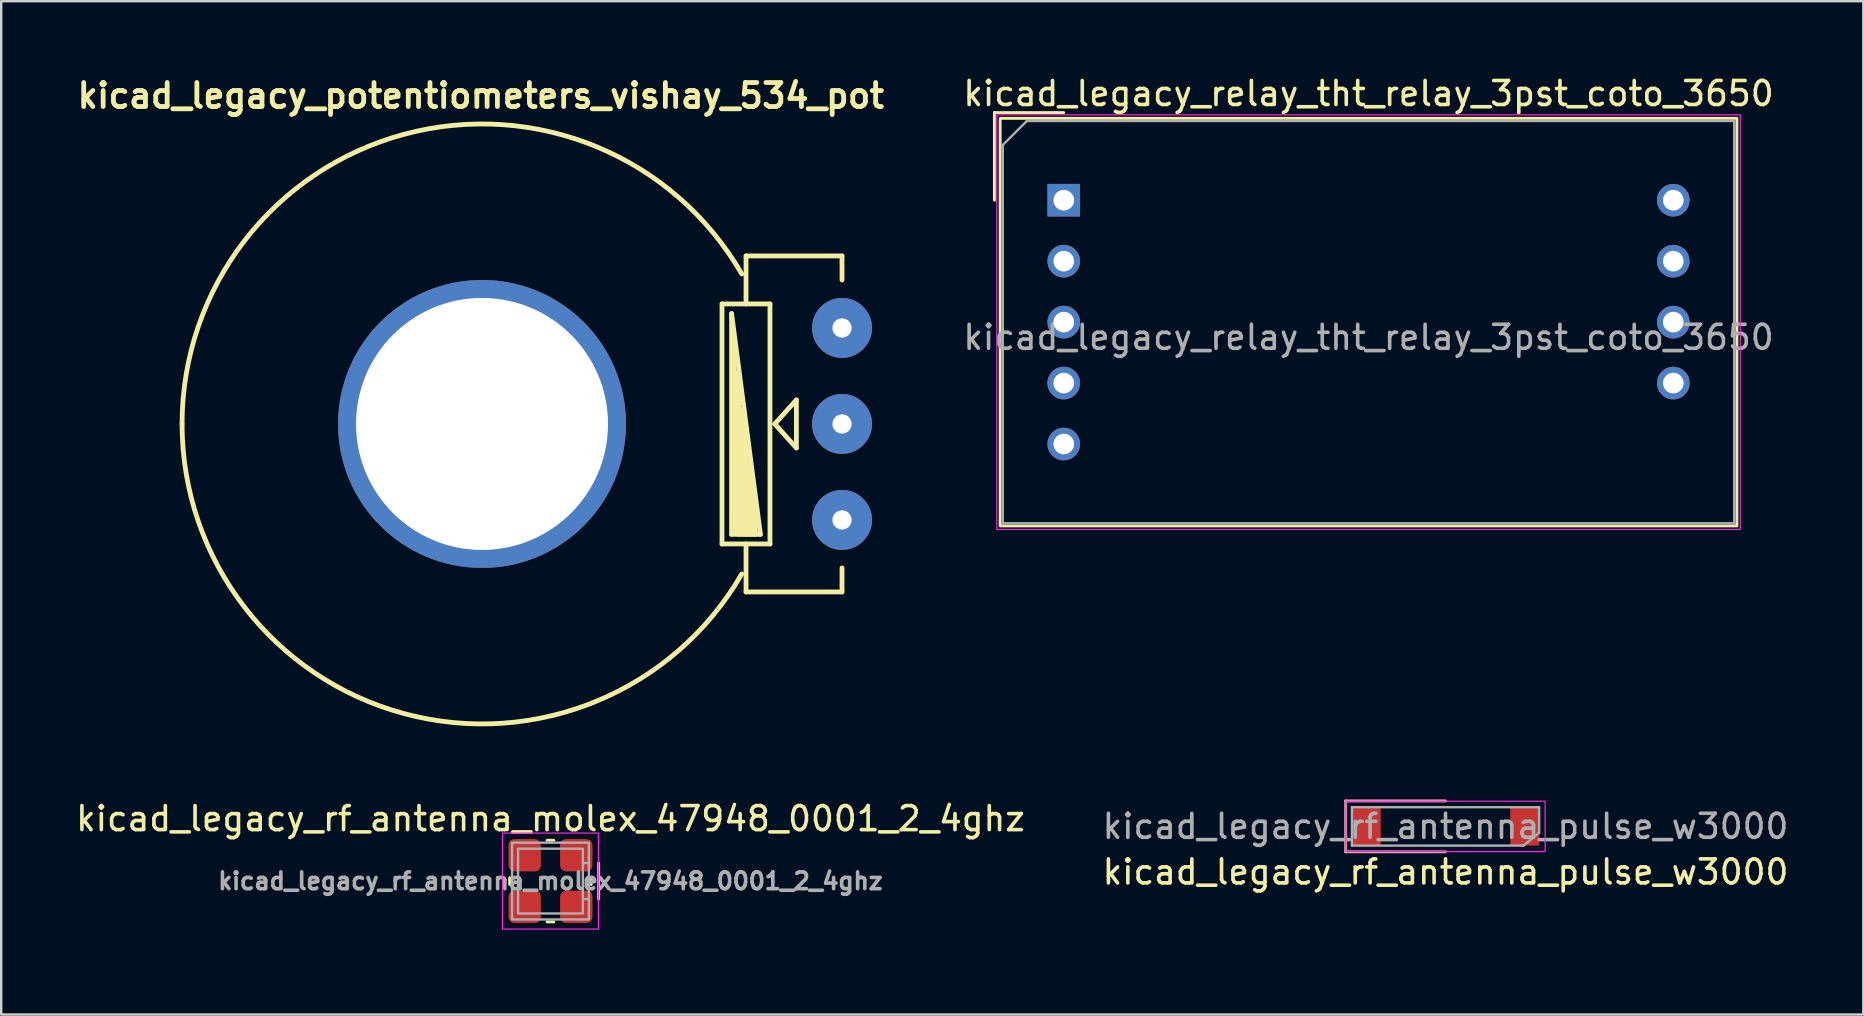
<source format=kicad_pcb>
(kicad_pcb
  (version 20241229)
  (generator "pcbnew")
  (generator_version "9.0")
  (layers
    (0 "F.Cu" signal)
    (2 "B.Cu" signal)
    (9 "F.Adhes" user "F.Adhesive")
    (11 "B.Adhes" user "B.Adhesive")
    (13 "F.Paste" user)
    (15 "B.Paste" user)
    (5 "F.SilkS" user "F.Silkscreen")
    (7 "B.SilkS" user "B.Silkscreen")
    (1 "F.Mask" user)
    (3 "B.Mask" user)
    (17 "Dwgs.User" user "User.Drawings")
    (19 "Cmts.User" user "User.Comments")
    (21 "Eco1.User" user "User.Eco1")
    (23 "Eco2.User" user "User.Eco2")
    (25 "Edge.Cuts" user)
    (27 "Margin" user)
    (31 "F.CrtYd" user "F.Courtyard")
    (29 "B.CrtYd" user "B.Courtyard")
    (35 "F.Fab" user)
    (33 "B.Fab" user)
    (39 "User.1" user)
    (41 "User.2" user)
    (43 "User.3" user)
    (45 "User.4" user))
  (footprint "kicad_legacy_rf_antenna_pulse_w3000"
    (layer "F.Cu")
    (at 57.185 31.385)
    (property "Reference" "kicad_legacy_rf_antenna_pulse_w3000" (at 0 1.9 0) (unlocked yes) (layer "F.SilkS") (effects (font (size 1 1) (thickness 0.15))))
    (attr smd)
    (fp_line (start -4.16 -1.06) (end 0 -1.06) (stroke (width 0.12) (type default)) (layer "B.SilkS"))
    (fp_line (start -4.16 1.06) (end -4.16 -1.06) (stroke (width 0.12) (type default)) (layer "B.SilkS"))
    (fp_line (start -4.16 1.06) (end 0 1.06) (stroke (width 0.12) (type default)) (layer "B.SilkS"))
    (fp_rect (start 4.15 1.05) (end -4.15 -1.05) (stroke (width 0.05) (type default)) (fill no) (layer "F.CrtYd"))
    (fp_line (start -3.9 -0.8) (end 3.9 -0.8) (stroke (width 0.1) (type default)) (layer "F.Fab"))
    (fp_line (start -3.9 0.8) (end -3.9 -0.8) (stroke (width 0.1) (type default)) (layer "F.Fab"))
    (fp_line (start 3.25 0.8) (end -3.9 0.8) (stroke (width 0.1) (type default)) (layer "F.Fab"))
    (fp_line (start 3.25 0.8) (end 3.9 0.267) (stroke (width 0.1) (type default)) (layer "F.Fab"))
    (fp_line (start 3.9 0.267) (end 3.9 -0.8) (stroke (width 0.1) (type default)) (layer "F.Fab"))
    (fp_text user "${REFERENCE}" (at 0 0 0) (layer "F.Fab") (effects (font (size 1 1) (thickness 0.15))))
    (pad "1" smd rect (at -3.3 0) (size 1.2 1.6) (layers "F.Cu" "F.Mask" "F.Paste"))
    (pad "2" smd rect (at 3.3 0) (size 1.2 1.6) (layers "F.Cu" "F.Mask" "F.Paste"))
    (zone (net_name "") (layer "F.Cu") (name "Impedance tuning area") (hatch edge 0.5) (connect_pads) (min_thickness 0.25) (filled_areas_thickness no) (keepout (tracks allowed) (vias not_allowed) (pads allowed) (copperpour allowed) (footprints allowed)) (placement (enabled no)) (fill) (polygon (pts (xy 54.235 36.215) (xy 54.235 32.335) (xy 53.495 32.335) (xy 53.495 36.215))))
    (zone (net_name "") (layer "F.Cu") (name "F.Cu GND Clearance") (hatch edge 0.5) (connect_pads) (min_thickness 0.25) (filled_areas_thickness no) (keepout (tracks not_allowed) (vias not_allowed) (pads not_allowed) (copperpour not_allowed) (footprints allowed)) (placement (enabled no)) (fill) (polygon (pts (xy 54.535 30.535) (xy 53.235 30.535) (xy 53.235 30.215) (xy 54.535 30.215))))
    (zone (net_name "") (layer "F.Cu") (name "Inductor Zone") (hatch edge 0.5) (connect_pads) (min_thickness 0.25) (filled_areas_thickness no) (keepout (tracks allowed) (vias not_allowed) (pads allowed) (copperpour allowed) (footprints allowed)) (placement (enabled no)) (fill) (polygon (pts (xy 55.554 36.215) (xy 54.585 36.215) (xy 54.585 35.525) (xy 55.554 35.525))))
    (zone (net_name "") (layer "F.Cu") (name "F.Cu GND Clearance") (hatch edge 0.5) (connect_pads) (min_thickness 0.25) (filled_areas_thickness no) (keepout (tracks not_allowed) (vias not_allowed) (pads not_allowed) (copperpour not_allowed) (footprints allowed)) (placement (enabled no)) (fill) (polygon (pts (xy 61.135 30.535) (xy 59.835 30.535) (xy 59.835 30.215) (xy 61.135 30.215))))
    (zone (net_name "") (layer "F.Cu") (name "F.Cu GND Clearance Left") (hatch edge 0.5) (connect_pads) (min_thickness 0.25) (filled_areas_thickness no) (keepout (tracks not_allowed) (vias not_allowed) (pads not_allowed) (copperpour not_allowed) (footprints allowed)) (placement (enabled no)) (fill) (polygon (pts (xy 51.705 30.215) (xy 53.235 30.215) (xy 53.235 32.235) (xy 53.445 32.235) (xy 53.445 36.215) (xy 51.705 36.215))))
    (zone (net_name "") (layer "F.Cu") (name "F.Cu GND Clearance Right") (hatch edge 0.5) (connect_pads) (min_thickness 0.25) (filled_areas_thickness no) (keepout (tracks not_allowed) (vias not_allowed) (pads not_allowed) (copperpour not_allowed) (footprints allowed)) (placement (enabled no)) (fill) (polygon (pts (xy 54.535 30.215) (xy 54.535 32.235) (xy 54.285 32.235) (xy 54.285 36.215) (xy 54.535 36.215) (xy 54.535 35.475) (xy 55.604 35.475) (xy 55.604 36.215) (xy 62.665 36.225) (xy 62.665 30.215) (xy 61.135 30.215) (xy 61.135 32.235) (xy 59.835 32.235) (xy 59.835 30.215))))
    (zone (net_name "") (layers "B.Cu" "F.CrtYd") (hatch edge 0.5) (connect_pads) (min_thickness 0.25) (filled_areas_thickness no) (keepout (tracks not_allowed) (vias not_allowed) (pads not_allowed) (copperpour not_allowed) (footprints allowed)) (placement (enabled no)) (fill) (polygon (pts (xy 62.665 36.215) (xy 51.705 36.215) (xy 51.705 30.215) (xy 52.505 30.215) (xy 53.305 30.215) (xy 62.665 30.215)))))
  (footprint "kicad_legacy_potentiometers_vishay_534_pot"
    (layer "F.Cu")
    (at 17.036 14.616)
    (property "Reference" "kicad_legacy_potentiometers_vishay_534_pot" (at -0.05 -13.68 0) (layer "F.SilkS") (effects (font (size 1 1) (thickness 0.2))))
    (attr through_hole)
    (fp_line (start 10 5.001) (end 10 -5.001) (stroke (width 0.2) (type solid)) (layer "F.SilkS"))
    (fp_line (start 10.003 -5.001) (end 12.002 -5.001) (stroke (width 0.2) (type solid)) (layer "F.SilkS"))
    (fp_line (start 10.399 -4.6) (end 10.399 4.6) (stroke (width 0.2) (type solid)) (layer "F.SilkS"))
    (fp_line (start 10.399 4.6) (end 11.6 4.6) (stroke (width 0.2) (type solid)) (layer "F.SilkS"))
    (fp_line (start 10.599 4.501) (end 10.5 -3.099) (stroke (width 0.2) (type solid)) (layer "F.SilkS"))
    (fp_line (start 10.701 4.6) (end 10.599 -2.101) (stroke (width 0.2) (type solid)) (layer "F.SilkS"))
    (fp_line (start 10.8 4.6) (end 10.701 -1.501) (stroke (width 0.2) (type solid)) (layer "F.SilkS"))
    (fp_line (start 10.899 4.6) (end 10.8 -0.599) (stroke (width 0.2) (type solid)) (layer "F.SilkS"))
    (fp_line (start 11.001 -7) (end 15.001 -7) (stroke (width 0.2) (type solid)) (layer "F.SilkS"))
    (fp_line (start 11.001 -5.001) (end 11.001 -7) (stroke (width 0.2) (type solid)) (layer "F.SilkS"))
    (fp_line (start 11.001 4.6) (end 10.899 -0.099) (stroke (width 0.2) (type solid)) (layer "F.SilkS"))
    (fp_line (start 11.001 5.001) (end 11.001 7) (stroke (width 0.2) (type solid)) (layer "F.SilkS"))
    (fp_line (start 11.001 7) (end 15.001 7) (stroke (width 0.2) (type solid)) (layer "F.SilkS"))
    (fp_line (start 11.1 4.6) (end 11.001 0.899) (stroke (width 0.2) (type solid)) (layer "F.SilkS"))
    (fp_line (start 11.199 4.6) (end 11.1 1.699) (stroke (width 0.2) (type solid)) (layer "F.SilkS"))
    (fp_line (start 11.3 4.6) (end 11.199 2.499) (stroke (width 0.2) (type solid)) (layer "F.SilkS"))
    (fp_line (start 11.4 4.6) (end 11.3 3.401) (stroke (width 0.2) (type solid)) (layer "F.SilkS"))
    (fp_line (start 11.6 4.6) (end 10.399 -4.6) (stroke (width 0.2) (type solid)) (layer "F.SilkS"))
    (fp_line (start 11.999 -5.001) (end 11.999 5.001) (stroke (width 0.2) (type solid)) (layer "F.SilkS"))
    (fp_line (start 11.999 5.001) (end 10 5.001) (stroke (width 0.2) (type solid)) (layer "F.SilkS"))
    (fp_line (start 12.2 0) (end 13.099 -1.001) (stroke (width 0.2) (type solid)) (layer "F.SilkS"))
    (fp_line (start 13.099 -1.001) (end 13.099 1.001) (stroke (width 0.2) (type solid)) (layer "F.SilkS"))
    (fp_line (start 13.099 1.001) (end 12.2 0) (stroke (width 0.2) (type solid)) (layer "F.SilkS"))
    (fp_line (start 15.001 -7) (end 15.001 -5.999) (stroke (width 0.2) (type solid)) (layer "F.SilkS"))
    (fp_line (start 15.001 7) (end 15.001 5.999) (stroke (width 0.2) (type solid)) (layer "F.SilkS"))
    (fp_arc (start -12.49934 0) (mid -3.235067 -12.073435) (end 10.824746 -6.24967) (stroke (width 0.2) (type solid)) (layer "F.SilkS"))
    (fp_arc (start 10.824746 6.24967) (mid -3.235067 12.073435) (end -12.49934 0) (stroke (width 0.2) (type solid)) (layer "F.SilkS"))
    (pad "1" thru_hole circle (at 15.001 -4) (size 2.499 2.499) (drill 0.8) (layers "*.Cu" "*.Mask"))
    (pad "2" thru_hole circle (at 15.001 0) (size 2.499 2.499) (drill 0.8) (layers "*.Cu" "*.Mask"))
    (pad "3" thru_hole circle (at 15.001 4) (size 2.499 2.499) (drill 0.8) (layers "*.Cu" "*.Mask"))
    (pad "4" thru_hole circle (at 0 0) (size 11.999 11.999) (drill 10.5) (layers "*.Cu" "*.Mask")))
  (footprint "kicad_legacy_rf_antenna_molex_47948_0001_2_4ghz"
    (layer "F.Cu")
    (at 19.887 33.664)
    (property "Reference" "kicad_legacy_rf_antenna_molex_47948_0001_2_4ghz" (at 0 -2.6 0) (unlocked yes) (layer "F.SilkS") (effects (font (size 1 1) (thickness 0.15))))
    (attr smd)
    (fp_line (start -1.7 0.14) (end -1.7 -0.14) (stroke (width 0.12) (type default)) (layer "F.SilkS"))
    (fp_line (start -0.14 -1.7) (end 0.14 -1.7) (stroke (width 0.12) (type default)) (layer "F.SilkS"))
    (fp_line (start -0.14 1.7) (end 0.14 1.7) (stroke (width 0.12) (type default)) (layer "F.SilkS"))
    (fp_line (start 1.7 0.14) (end 1.7 -0.14) (stroke (width 0.12) (type default)) (layer "F.SilkS"))
    (fp_line (start 2.01 0.75) (end 2.01 -0.75) (stroke (width 0.12) (type default)) (layer "F.SilkS"))
    (fp_rect (start -2 -2) (end 2 2) (stroke (width 0.05) (type default)) (fill no) (layer "F.CrtYd"))
    (fp_line (start 1.35 -0.75) (end 1.6 -0.75) (stroke (width 0.1) (type default)) (layer "F.Fab"))
    (fp_line (start 1.35 0.75) (end 1.6 0.75) (stroke (width 0.1) (type default)) (layer "F.Fab"))
    (fp_rect (start -1.6 -1.6) (end 1.6 1.6) (stroke (width 0.1) (type default)) (fill no) (layer "F.Fab"))
    (fp_rect (start -1.35 -1.35) (end 1.35 1.35) (stroke (width 0.1) (type default)) (fill no) (layer "F.Fab"))
    (fp_rect (start -0.4 -1.6) (end -0.4 -1.6) (stroke (width 0.1) (type default)) (fill no) (layer "F.Fab"))
    (fp_text user "${REFERENCE}" (at 0 0 0) (unlocked yes) (layer "F.Fab") (effects (font (size 0.7 0.7) (thickness 0.15))))
    (pad "1" smd roundrect (at -1.075 -1.075) (size 1.35 1.35) (layers "F.Cu" "F.Mask" "F.Paste") (roundrect_rratio 0.185))
    (pad "MP" smd roundrect (at -1.075 1.075) (size 1.35 1.35) (layers "F.Cu" "F.Mask" "F.Paste") (roundrect_rratio 0.185))
    (pad "MP" smd roundrect (at 1.075 -1.075) (size 1.35 1.35) (layers "F.Cu" "F.Mask" "F.Paste") (roundrect_rratio 0.185))
    (pad "MP" smd roundrect (at 1.075 1.075) (size 1.35 1.35) (layers "F.Cu" "F.Mask" "F.Paste") (roundrect_rratio 0.185))
    (zone (net_name "") (layers "F.Cu" "B.Cu") (hatch edge 0.508) (connect_pads) (min_thickness 0.254) (filled_areas_thickness no) (keepout (tracks not_allowed) (vias not_allowed) (pads not_allowed) (copperpour not_allowed) (footprints allowed)) (placement (enabled no)) (fill) (polygon (pts (xy 17.637 31.414) (xy 17.637 35.914) (xy 22.137 35.914) (xy 22.137 31.414) (xy 19.487 31.414) (xy 19.487 31.864) (xy 21.687 31.864) (xy 21.687 35.464) (xy 18.087 35.514) (xy 18.087 31.414))))
    (zone (net_name "") (layers "F.Cu" "B.Cu") (hatch edge 0.508) (connect_pads) (min_thickness 0.254) (filled_areas_thickness no) (keepout (tracks not_allowed) (vias not_allowed) (pads not_allowed) (copperpour not_allowed) (footprints allowed)) (placement (enabled no)) (fill) (polygon (pts (xy 19.537 31.914) (xy 19.537 33.314) (xy 18.137 33.314) (xy 18.137 34.014) (xy 19.537 34.014) (xy 19.537 35.414) (xy 20.237 35.414) (xy 20.237 34.014) (xy 21.637 34.014) (xy 21.637 33.314) (xy 20.237 33.314) (xy 20.237 31.914))))
    (zone (net_name "") (layers "B.Cu" "F.SilkS") (hatch edge 0.508) (connect_pads) (min_thickness 0.254) (filled_areas_thickness no) (keepout (tracks not_allowed) (vias not_allowed) (pads not_allowed) (copperpour not_allowed) (footprints allowed)) (placement (enabled no)) (fill) (polygon (pts (xy 18.087 31.414) (xy 18.087 33.314) (xy 19.537 33.314) (xy 19.537 31.414)))))
  (footprint "kicad_legacy_relay_tht_relay_3pst_coto_3650"
    (layer "F.Cu")
    (at 41.277 5.293)
    (property "Reference" "kicad_legacy_relay_tht_relay_3pst_coto_3650" (at 12.7 -4.445 0) (unlocked yes) (layer "F.SilkS") (effects (font (size 1 1) (thickness 0.15))))
    (attr through_hole)
    (fp_line (start -2.89 -3.652) (end 0 -3.652) (stroke (width 0.12) (type default)) (layer "F.SilkS"))
    (fp_line (start -2.89 0) (end -2.89 -3.652) (stroke (width 0.12) (type default)) (layer "F.SilkS"))
    (fp_rect (start -2.65 13.572) (end 28.05 -3.412) (stroke (width 0.12) (type default)) (fill no) (layer "F.SilkS"))
    (fp_rect (start -2.79 -3.56) (end 28.19 13.72) (stroke (width 0.05) (type default)) (fill no) (layer "F.CrtYd"))
    (fp_line (start -2.54 -2.302) (end -2.54 13.462) (stroke (width 0.1) (type default)) (layer "F.Fab"))
    (fp_line (start -2.54 13.462) (end 27.94 13.462) (stroke (width 0.1) (type default)) (layer "F.Fab"))
    (fp_line (start -1.54 -3.302) (end -2.54 -2.302) (stroke (width 0.1) (type default)) (layer "F.Fab"))
    (fp_line (start 27.94 -3.302) (end -1.54 -3.302) (stroke (width 0.1) (type default)) (layer "F.Fab"))
    (fp_line (start 27.94 13.462) (end 27.94 -3.302) (stroke (width 0.1) (type default)) (layer "F.Fab"))
    (fp_text user "${REFERENCE}" (at 12.7 5.715 0) (unlocked yes) (layer "F.Fab") (effects (font (size 1 1) (thickness 0.15))))
    (pad "13" thru_hole circle (at 0 2.54 90) (size 1.36 1.36) (drill 0.86) (layers "*.Cu" "*.Mask"))
    (pad "14" thru_hole circle (at 25.4 2.54 90) (size 1.36 1.36) (drill 0.86) (layers "*.Cu" "*.Mask"))
    (pad "23" thru_hole circle (at 0 5.08 90) (size 1.36 1.36) (drill 0.86) (layers "*.Cu" "*.Mask"))
    (pad "24" thru_hole circle (at 25.4 5.08 90) (size 1.36 1.36) (drill 0.86) (layers "*.Cu" "*.Mask"))
    (pad "33" thru_hole circle (at 0 7.62 90) (size 1.36 1.36) (drill 0.86) (layers "*.Cu" "*.Mask"))
    (pad "34" thru_hole circle (at 25.4 7.62 90) (size 1.36 1.36) (drill 0.86) (layers "*.Cu" "*.Mask"))
    (pad "A1" thru_hole rect (at 0 0 90) (size 1.36 1.36) (drill 0.86) (layers "*.Cu" "*.Mask"))
    (pad "A2" thru_hole circle (at 25.4 0 90) (size 1.36 1.36) (drill 0.86) (layers "*.Cu" "*.Mask"))
    (pad "SH" thru_hole circle (at 0 10.16 90) (size 1.36 1.36) (drill 0.86) (layers "*.Cu" "*.Mask")))
  (gr_rect
    (start -3 -3)
    (end 74.595 39.225)
    (stroke (width 0.1) (type default))
    (fill no)
    (layer "Edge.Cuts")))
</source>
